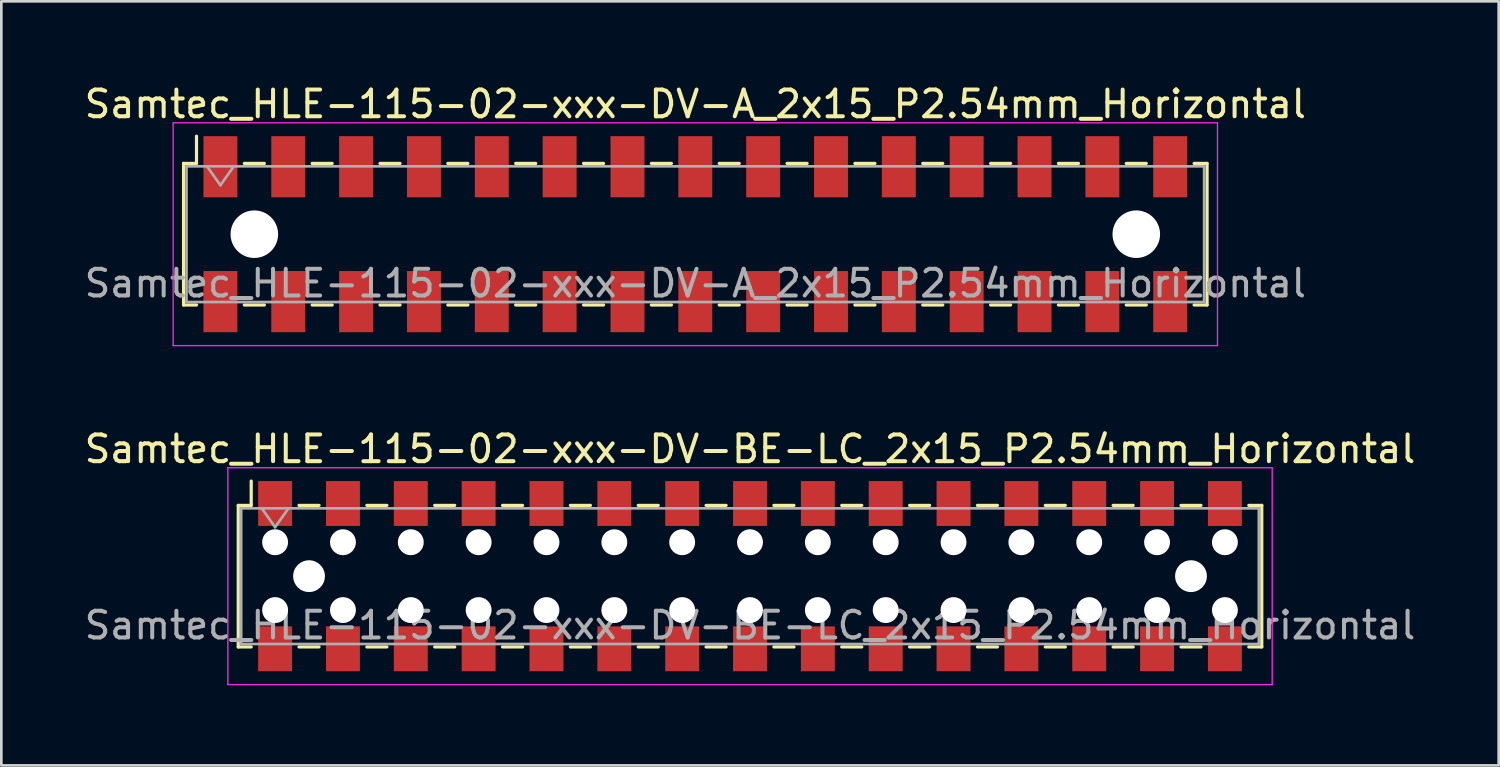
<source format=kicad_pcb>
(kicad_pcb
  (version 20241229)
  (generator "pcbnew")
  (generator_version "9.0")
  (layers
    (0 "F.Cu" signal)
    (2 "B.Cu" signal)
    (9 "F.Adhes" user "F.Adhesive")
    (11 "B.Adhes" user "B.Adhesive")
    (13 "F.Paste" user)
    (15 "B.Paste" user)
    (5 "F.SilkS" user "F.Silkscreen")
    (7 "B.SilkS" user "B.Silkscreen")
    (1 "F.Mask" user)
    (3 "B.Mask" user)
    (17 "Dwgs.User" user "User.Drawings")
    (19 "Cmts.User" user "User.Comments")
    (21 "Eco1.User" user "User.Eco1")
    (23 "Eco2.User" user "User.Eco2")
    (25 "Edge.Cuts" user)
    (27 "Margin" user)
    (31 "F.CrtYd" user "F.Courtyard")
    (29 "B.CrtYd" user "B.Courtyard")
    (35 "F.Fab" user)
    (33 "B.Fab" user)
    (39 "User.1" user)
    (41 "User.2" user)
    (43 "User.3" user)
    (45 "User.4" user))
  (footprint "Samtec_HLE-115-02-xxx-DV-BE-LC_2x15_P2.54mm_Horizontal"
    (layer "F.Cu")
    (at 25.03 18.521)
    (property "Reference" "Samtec_HLE-115-02-xxx-DV-BE-LC_2x15_P2.54mm_Horizontal" (at 0 -4.76 0) (layer "F.SilkS") (effects (font (size 1 1) (thickness 0.15))))
    (attr smd)
    (fp_line (start -19.16 -2.65) (end -19.16 2.65) (stroke (width 0.12) (type solid)) (layer "F.SilkS"))
    (fp_line (start -19.16 2.65) (end -18.675 2.65) (stroke (width 0.12) (type solid)) (layer "F.SilkS"))
    (fp_line (start -18.675 -3.56) (end -18.675 -2.65) (stroke (width 0.12) (type solid)) (layer "F.SilkS"))
    (fp_line (start -18.675 -2.65) (end -19.16 -2.65) (stroke (width 0.12) (type solid)) (layer "F.SilkS"))
    (fp_line (start -16.885 -2.65) (end -16.135 -2.65) (stroke (width 0.12) (type solid)) (layer "F.SilkS"))
    (fp_line (start -16.885 2.65) (end -16.135 2.65) (stroke (width 0.12) (type solid)) (layer "F.SilkS"))
    (fp_line (start -14.345 -2.65) (end -13.595 -2.65) (stroke (width 0.12) (type solid)) (layer "F.SilkS"))
    (fp_line (start -14.345 2.65) (end -13.595 2.65) (stroke (width 0.12) (type solid)) (layer "F.SilkS"))
    (fp_line (start -11.805 -2.65) (end -11.055 -2.65) (stroke (width 0.12) (type solid)) (layer "F.SilkS"))
    (fp_line (start -11.805 2.65) (end -11.055 2.65) (stroke (width 0.12) (type solid)) (layer "F.SilkS"))
    (fp_line (start -9.265 -2.65) (end -8.515 -2.65) (stroke (width 0.12) (type solid)) (layer "F.SilkS"))
    (fp_line (start -9.265 2.65) (end -8.515 2.65) (stroke (width 0.12) (type solid)) (layer "F.SilkS"))
    (fp_line (start -6.725 -2.65) (end -5.975 -2.65) (stroke (width 0.12) (type solid)) (layer "F.SilkS"))
    (fp_line (start -6.725 2.65) (end -5.975 2.65) (stroke (width 0.12) (type solid)) (layer "F.SilkS"))
    (fp_line (start -4.185 -2.65) (end -3.435 -2.65) (stroke (width 0.12) (type solid)) (layer "F.SilkS"))
    (fp_line (start -4.185 2.65) (end -3.435 2.65) (stroke (width 0.12) (type solid)) (layer "F.SilkS"))
    (fp_line (start -1.645 -2.65) (end -0.895 -2.65) (stroke (width 0.12) (type solid)) (layer "F.SilkS"))
    (fp_line (start -1.645 2.65) (end -0.895 2.65) (stroke (width 0.12) (type solid)) (layer "F.SilkS"))
    (fp_line (start 0.895 -2.65) (end 1.645 -2.65) (stroke (width 0.12) (type solid)) (layer "F.SilkS"))
    (fp_line (start 0.895 2.65) (end 1.645 2.65) (stroke (width 0.12) (type solid)) (layer "F.SilkS"))
    (fp_line (start 3.435 -2.65) (end 4.185 -2.65) (stroke (width 0.12) (type solid)) (layer "F.SilkS"))
    (fp_line (start 3.435 2.65) (end 4.185 2.65) (stroke (width 0.12) (type solid)) (layer "F.SilkS"))
    (fp_line (start 5.975 -2.65) (end 6.725 -2.65) (stroke (width 0.12) (type solid)) (layer "F.SilkS"))
    (fp_line (start 5.975 2.65) (end 6.725 2.65) (stroke (width 0.12) (type solid)) (layer "F.SilkS"))
    (fp_line (start 8.515 -2.65) (end 9.265 -2.65) (stroke (width 0.12) (type solid)) (layer "F.SilkS"))
    (fp_line (start 8.515 2.65) (end 9.265 2.65) (stroke (width 0.12) (type solid)) (layer "F.SilkS"))
    (fp_line (start 11.055 -2.65) (end 11.805 -2.65) (stroke (width 0.12) (type solid)) (layer "F.SilkS"))
    (fp_line (start 11.055 2.65) (end 11.805 2.65) (stroke (width 0.12) (type solid)) (layer "F.SilkS"))
    (fp_line (start 13.595 -2.65) (end 14.345 -2.65) (stroke (width 0.12) (type solid)) (layer "F.SilkS"))
    (fp_line (start 13.595 2.65) (end 14.345 2.65) (stroke (width 0.12) (type solid)) (layer "F.SilkS"))
    (fp_line (start 16.135 -2.65) (end 16.885 -2.65) (stroke (width 0.12) (type solid)) (layer "F.SilkS"))
    (fp_line (start 16.135 2.65) (end 16.885 2.65) (stroke (width 0.12) (type solid)) (layer "F.SilkS"))
    (fp_line (start 18.675 -2.65) (end 19.16 -2.65) (stroke (width 0.12) (type solid)) (layer "F.SilkS"))
    (fp_line (start 19.16 -2.65) (end 19.16 2.65) (stroke (width 0.12) (type solid)) (layer "F.SilkS"))
    (fp_line (start 19.16 2.65) (end 18.675 2.65) (stroke (width 0.12) (type solid)) (layer "F.SilkS"))
    (fp_line (start -19.55 -4.06) (end 19.55 -4.06) (stroke (width 0.05) (type solid)) (layer "F.CrtYd"))
    (fp_line (start -19.55 4.06) (end -19.55 -4.06) (stroke (width 0.05) (type solid)) (layer "F.CrtYd"))
    (fp_line (start 19.55 -4.06) (end 19.55 4.06) (stroke (width 0.05) (type solid)) (layer "F.CrtYd"))
    (fp_line (start 19.55 4.06) (end -19.55 4.06) (stroke (width 0.05) (type solid)) (layer "F.CrtYd"))
    (fp_line (start -19.05 -2.54) (end 19.05 -2.54) (stroke (width 0.1) (type solid)) (layer "F.Fab"))
    (fp_line (start -19.05 2.54) (end -19.05 -2.54) (stroke (width 0.1) (type solid)) (layer "F.Fab"))
    (fp_line (start -18.28 -2.54) (end -17.78 -1.833) (stroke (width 0.1) (type solid)) (layer "F.Fab"))
    (fp_line (start -17.78 -1.833) (end -17.28 -2.54) (stroke (width 0.1) (type solid)) (layer "F.Fab"))
    (fp_line (start 19.05 -2.54) (end 19.05 2.54) (stroke (width 0.1) (type solid)) (layer "F.Fab"))
    (fp_line (start 19.05 2.54) (end -19.05 2.54) (stroke (width 0.1) (type solid)) (layer "F.Fab"))
    (fp_text user "${REFERENCE}" (at 0 1.84 0) (layer "F.Fab") (effects (font (size 1 1) (thickness 0.15))))
    (pad "" np_thru_hole circle (at -17.78 -1.27) (size 0.97 0.97) (drill 0.97) (layers "*.Cu" "*.Mask"))
    (pad "" np_thru_hole circle (at -17.78 1.27) (size 0.97 0.97) (drill 0.97) (layers "*.Cu" "*.Mask"))
    (pad "" np_thru_hole circle (at -16.51 0) (size 1.19 1.19) (drill 1.19) (layers "*.Cu" "*.Mask"))
    (pad "" np_thru_hole circle (at -15.24 -1.27) (size 0.97 0.97) (drill 0.97) (layers "*.Cu" "*.Mask"))
    (pad "" np_thru_hole circle (at -15.24 1.27) (size 0.97 0.97) (drill 0.97) (layers "*.Cu" "*.Mask"))
    (pad "" np_thru_hole circle (at -12.7 -1.27) (size 0.97 0.97) (drill 0.97) (layers "*.Cu" "*.Mask"))
    (pad "" np_thru_hole circle (at -12.7 1.27) (size 0.97 0.97) (drill 0.97) (layers "*.Cu" "*.Mask"))
    (pad "" np_thru_hole circle (at -10.16 -1.27) (size 0.97 0.97) (drill 0.97) (layers "*.Cu" "*.Mask"))
    (pad "" np_thru_hole circle (at -10.16 1.27) (size 0.97 0.97) (drill 0.97) (layers "*.Cu" "*.Mask"))
    (pad "" np_thru_hole circle (at -7.62 -1.27) (size 0.97 0.97) (drill 0.97) (layers "*.Cu" "*.Mask"))
    (pad "" np_thru_hole circle (at -7.62 1.27) (size 0.97 0.97) (drill 0.97) (layers "*.Cu" "*.Mask"))
    (pad "" np_thru_hole circle (at -5.08 -1.27) (size 0.97 0.97) (drill 0.97) (layers "*.Cu" "*.Mask"))
    (pad "" np_thru_hole circle (at -5.08 1.27) (size 0.97 0.97) (drill 0.97) (layers "*.Cu" "*.Mask"))
    (pad "" np_thru_hole circle (at -2.54 -1.27) (size 0.97 0.97) (drill 0.97) (layers "*.Cu" "*.Mask"))
    (pad "" np_thru_hole circle (at -2.54 1.27) (size 0.97 0.97) (drill 0.97) (layers "*.Cu" "*.Mask"))
    (pad "" np_thru_hole circle (at 0 -1.27) (size 0.97 0.97) (drill 0.97) (layers "*.Cu" "*.Mask"))
    (pad "" np_thru_hole circle (at 0 1.27) (size 0.97 0.97) (drill 0.97) (layers "*.Cu" "*.Mask"))
    (pad "" np_thru_hole circle (at 2.54 -1.27) (size 0.97 0.97) (drill 0.97) (layers "*.Cu" "*.Mask"))
    (pad "" np_thru_hole circle (at 2.54 1.27) (size 0.97 0.97) (drill 0.97) (layers "*.Cu" "*.Mask"))
    (pad "" np_thru_hole circle (at 5.08 -1.27) (size 0.97 0.97) (drill 0.97) (layers "*.Cu" "*.Mask"))
    (pad "" np_thru_hole circle (at 5.08 1.27) (size 0.97 0.97) (drill 0.97) (layers "*.Cu" "*.Mask"))
    (pad "" np_thru_hole circle (at 7.62 -1.27) (size 0.97 0.97) (drill 0.97) (layers "*.Cu" "*.Mask"))
    (pad "" np_thru_hole circle (at 7.62 1.27) (size 0.97 0.97) (drill 0.97) (layers "*.Cu" "*.Mask"))
    (pad "" np_thru_hole circle (at 10.16 -1.27) (size 0.97 0.97) (drill 0.97) (layers "*.Cu" "*.Mask"))
    (pad "" np_thru_hole circle (at 10.16 1.27) (size 0.97 0.97) (drill 0.97) (layers "*.Cu" "*.Mask"))
    (pad "" np_thru_hole circle (at 12.7 -1.27) (size 0.97 0.97) (drill 0.97) (layers "*.Cu" "*.Mask"))
    (pad "" np_thru_hole circle (at 12.7 1.27) (size 0.97 0.97) (drill 0.97) (layers "*.Cu" "*.Mask"))
    (pad "" np_thru_hole circle (at 15.24 -1.27) (size 0.97 0.97) (drill 0.97) (layers "*.Cu" "*.Mask"))
    (pad "" np_thru_hole circle (at 15.24 1.27) (size 0.97 0.97) (drill 0.97) (layers "*.Cu" "*.Mask"))
    (pad "" np_thru_hole circle (at 16.51 0) (size 1.19 1.19) (drill 1.19) (layers "*.Cu" "*.Mask"))
    (pad "" np_thru_hole circle (at 17.78 -1.27) (size 0.97 0.97) (drill 0.97) (layers "*.Cu" "*.Mask"))
    (pad "" np_thru_hole circle (at 17.78 1.27) (size 0.97 0.97) (drill 0.97) (layers "*.Cu" "*.Mask"))
    (pad "1" smd rect (at -17.78 -2.72) (size 1.27 1.68) (layers "F.Cu" "F.Mask" "F.Paste"))
    (pad "2" smd rect (at -17.78 2.72) (size 1.27 1.68) (layers "F.Cu" "F.Mask" "F.Paste"))
    (pad "3" smd rect (at -15.24 -2.72) (size 1.27 1.68) (layers "F.Cu" "F.Mask" "F.Paste"))
    (pad "4" smd rect (at -15.24 2.72) (size 1.27 1.68) (layers "F.Cu" "F.Mask" "F.Paste"))
    (pad "5" smd rect (at -12.7 -2.72) (size 1.27 1.68) (layers "F.Cu" "F.Mask" "F.Paste"))
    (pad "6" smd rect (at -12.7 2.72) (size 1.27 1.68) (layers "F.Cu" "F.Mask" "F.Paste"))
    (pad "7" smd rect (at -10.16 -2.72) (size 1.27 1.68) (layers "F.Cu" "F.Mask" "F.Paste"))
    (pad "8" smd rect (at -10.16 2.72) (size 1.27 1.68) (layers "F.Cu" "F.Mask" "F.Paste"))
    (pad "9" smd rect (at -7.62 -2.72) (size 1.27 1.68) (layers "F.Cu" "F.Mask" "F.Paste"))
    (pad "10" smd rect (at -7.62 2.72) (size 1.27 1.68) (layers "F.Cu" "F.Mask" "F.Paste"))
    (pad "11" smd rect (at -5.08 -2.72) (size 1.27 1.68) (layers "F.Cu" "F.Mask" "F.Paste"))
    (pad "12" smd rect (at -5.08 2.72) (size 1.27 1.68) (layers "F.Cu" "F.Mask" "F.Paste"))
    (pad "13" smd rect (at -2.54 -2.72) (size 1.27 1.68) (layers "F.Cu" "F.Mask" "F.Paste"))
    (pad "14" smd rect (at -2.54 2.72) (size 1.27 1.68) (layers "F.Cu" "F.Mask" "F.Paste"))
    (pad "15" smd rect (at 0 -2.72) (size 1.27 1.68) (layers "F.Cu" "F.Mask" "F.Paste"))
    (pad "16" smd rect (at 0 2.72) (size 1.27 1.68) (layers "F.Cu" "F.Mask" "F.Paste"))
    (pad "17" smd rect (at 2.54 -2.72) (size 1.27 1.68) (layers "F.Cu" "F.Mask" "F.Paste"))
    (pad "18" smd rect (at 2.54 2.72) (size 1.27 1.68) (layers "F.Cu" "F.Mask" "F.Paste"))
    (pad "19" smd rect (at 5.08 -2.72) (size 1.27 1.68) (layers "F.Cu" "F.Mask" "F.Paste"))
    (pad "20" smd rect (at 5.08 2.72) (size 1.27 1.68) (layers "F.Cu" "F.Mask" "F.Paste"))
    (pad "21" smd rect (at 7.62 -2.72) (size 1.27 1.68) (layers "F.Cu" "F.Mask" "F.Paste"))
    (pad "22" smd rect (at 7.62 2.72) (size 1.27 1.68) (layers "F.Cu" "F.Mask" "F.Paste"))
    (pad "23" smd rect (at 10.16 -2.72) (size 1.27 1.68) (layers "F.Cu" "F.Mask" "F.Paste"))
    (pad "24" smd rect (at 10.16 2.72) (size 1.27 1.68) (layers "F.Cu" "F.Mask" "F.Paste"))
    (pad "25" smd rect (at 12.7 -2.72) (size 1.27 1.68) (layers "F.Cu" "F.Mask" "F.Paste"))
    (pad "26" smd rect (at 12.7 2.72) (size 1.27 1.68) (layers "F.Cu" "F.Mask" "F.Paste"))
    (pad "27" smd rect (at 15.24 -2.72) (size 1.27 1.68) (layers "F.Cu" "F.Mask" "F.Paste"))
    (pad "28" smd rect (at 15.24 2.72) (size 1.27 1.68) (layers "F.Cu" "F.Mask" "F.Paste"))
    (pad "29" smd rect (at 17.78 -2.72) (size 1.27 1.68) (layers "F.Cu" "F.Mask" "F.Paste"))
    (pad "30" smd rect (at 17.78 2.72) (size 1.27 1.68) (layers "F.Cu" "F.Mask" "F.Paste")))
  (footprint "Samtec_HLE-115-02-xxx-DV-A_2x15_P2.54mm_Horizontal"
    (layer "F.Cu")
    (at 22.982 5.718)
    (property "Reference" "Samtec_HLE-115-02-xxx-DV-A_2x15_P2.54mm_Horizontal" (at 0 -4.87 0) (layer "F.SilkS") (effects (font (size 1 1) (thickness 0.15))))
    (attr smd)
    (fp_line (start -19.16 -2.65) (end -19.16 2.65) (stroke (width 0.12) (type solid)) (layer "F.SilkS"))
    (fp_line (start -19.16 2.65) (end -18.675 2.65) (stroke (width 0.12) (type solid)) (layer "F.SilkS"))
    (fp_line (start -18.675 -3.67) (end -18.675 -2.65) (stroke (width 0.12) (type solid)) (layer "F.SilkS"))
    (fp_line (start -18.675 -2.65) (end -19.16 -2.65) (stroke (width 0.12) (type solid)) (layer "F.SilkS"))
    (fp_line (start -16.885 -2.65) (end -16.135 -2.65) (stroke (width 0.12) (type solid)) (layer "F.SilkS"))
    (fp_line (start -16.885 2.65) (end -16.135 2.65) (stroke (width 0.12) (type solid)) (layer "F.SilkS"))
    (fp_line (start -14.345 -2.65) (end -13.595 -2.65) (stroke (width 0.12) (type solid)) (layer "F.SilkS"))
    (fp_line (start -14.345 2.65) (end -13.595 2.65) (stroke (width 0.12) (type solid)) (layer "F.SilkS"))
    (fp_line (start -11.805 -2.65) (end -11.055 -2.65) (stroke (width 0.12) (type solid)) (layer "F.SilkS"))
    (fp_line (start -11.805 2.65) (end -11.055 2.65) (stroke (width 0.12) (type solid)) (layer "F.SilkS"))
    (fp_line (start -9.265 -2.65) (end -8.515 -2.65) (stroke (width 0.12) (type solid)) (layer "F.SilkS"))
    (fp_line (start -9.265 2.65) (end -8.515 2.65) (stroke (width 0.12) (type solid)) (layer "F.SilkS"))
    (fp_line (start -6.725 -2.65) (end -5.975 -2.65) (stroke (width 0.12) (type solid)) (layer "F.SilkS"))
    (fp_line (start -6.725 2.65) (end -5.975 2.65) (stroke (width 0.12) (type solid)) (layer "F.SilkS"))
    (fp_line (start -4.185 -2.65) (end -3.435 -2.65) (stroke (width 0.12) (type solid)) (layer "F.SilkS"))
    (fp_line (start -4.185 2.65) (end -3.435 2.65) (stroke (width 0.12) (type solid)) (layer "F.SilkS"))
    (fp_line (start -1.645 -2.65) (end -0.895 -2.65) (stroke (width 0.12) (type solid)) (layer "F.SilkS"))
    (fp_line (start -1.645 2.65) (end -0.895 2.65) (stroke (width 0.12) (type solid)) (layer "F.SilkS"))
    (fp_line (start 0.895 -2.65) (end 1.645 -2.65) (stroke (width 0.12) (type solid)) (layer "F.SilkS"))
    (fp_line (start 0.895 2.65) (end 1.645 2.65) (stroke (width 0.12) (type solid)) (layer "F.SilkS"))
    (fp_line (start 3.435 -2.65) (end 4.185 -2.65) (stroke (width 0.12) (type solid)) (layer "F.SilkS"))
    (fp_line (start 3.435 2.65) (end 4.185 2.65) (stroke (width 0.12) (type solid)) (layer "F.SilkS"))
    (fp_line (start 5.975 -2.65) (end 6.725 -2.65) (stroke (width 0.12) (type solid)) (layer "F.SilkS"))
    (fp_line (start 5.975 2.65) (end 6.725 2.65) (stroke (width 0.12) (type solid)) (layer "F.SilkS"))
    (fp_line (start 8.515 -2.65) (end 9.265 -2.65) (stroke (width 0.12) (type solid)) (layer "F.SilkS"))
    (fp_line (start 8.515 2.65) (end 9.265 2.65) (stroke (width 0.12) (type solid)) (layer "F.SilkS"))
    (fp_line (start 11.055 -2.65) (end 11.805 -2.65) (stroke (width 0.12) (type solid)) (layer "F.SilkS"))
    (fp_line (start 11.055 2.65) (end 11.805 2.65) (stroke (width 0.12) (type solid)) (layer "F.SilkS"))
    (fp_line (start 13.595 -2.65) (end 14.345 -2.65) (stroke (width 0.12) (type solid)) (layer "F.SilkS"))
    (fp_line (start 13.595 2.65) (end 14.345 2.65) (stroke (width 0.12) (type solid)) (layer "F.SilkS"))
    (fp_line (start 16.135 -2.65) (end 16.885 -2.65) (stroke (width 0.12) (type solid)) (layer "F.SilkS"))
    (fp_line (start 16.135 2.65) (end 16.885 2.65) (stroke (width 0.12) (type solid)) (layer "F.SilkS"))
    (fp_line (start 18.675 -2.65) (end 19.16 -2.65) (stroke (width 0.12) (type solid)) (layer "F.SilkS"))
    (fp_line (start 19.16 -2.65) (end 19.16 2.65) (stroke (width 0.12) (type solid)) (layer "F.SilkS"))
    (fp_line (start 19.16 2.65) (end 18.675 2.65) (stroke (width 0.12) (type solid)) (layer "F.SilkS"))
    (fp_line (start -19.55 -4.17) (end 19.55 -4.17) (stroke (width 0.05) (type solid)) (layer "F.CrtYd"))
    (fp_line (start -19.55 4.17) (end -19.55 -4.17) (stroke (width 0.05) (type solid)) (layer "F.CrtYd"))
    (fp_line (start 19.55 -4.17) (end 19.55 4.17) (stroke (width 0.05) (type solid)) (layer "F.CrtYd"))
    (fp_line (start 19.55 4.17) (end -19.55 4.17) (stroke (width 0.05) (type solid)) (layer "F.CrtYd"))
    (fp_line (start -19.05 -2.54) (end 19.05 -2.54) (stroke (width 0.1) (type solid)) (layer "F.Fab"))
    (fp_line (start -19.05 2.54) (end -19.05 -2.54) (stroke (width 0.1) (type solid)) (layer "F.Fab"))
    (fp_line (start -18.28 -2.54) (end -17.78 -1.833) (stroke (width 0.1) (type solid)) (layer "F.Fab"))
    (fp_line (start -17.78 -1.833) (end -17.28 -2.54) (stroke (width 0.1) (type solid)) (layer "F.Fab"))
    (fp_line (start 19.05 -2.54) (end 19.05 2.54) (stroke (width 0.1) (type solid)) (layer "F.Fab"))
    (fp_line (start 19.05 2.54) (end -19.05 2.54) (stroke (width 0.1) (type solid)) (layer "F.Fab"))
    (fp_text user "${REFERENCE}" (at 0 1.84 0) (layer "F.Fab") (effects (font (size 1 1) (thickness 0.15))))
    (pad "" np_thru_hole circle (at -16.51 0) (size 1.78 1.78) (drill 1.78) (layers "*.Cu" "*.Mask"))
    (pad "" np_thru_hole circle (at 16.51 0) (size 1.78 1.78) (drill 1.78) (layers "*.Cu" "*.Mask"))
    (pad "1" smd rect (at -17.78 -2.525) (size 1.27 2.29) (layers "F.Cu" "F.Mask" "F.Paste"))
    (pad "2" smd rect (at -17.78 2.525) (size 1.27 2.29) (layers "F.Cu" "F.Mask" "F.Paste"))
    (pad "3" smd rect (at -15.24 -2.525) (size 1.27 2.29) (layers "F.Cu" "F.Mask" "F.Paste"))
    (pad "4" smd rect (at -15.24 2.525) (size 1.27 2.29) (layers "F.Cu" "F.Mask" "F.Paste"))
    (pad "5" smd rect (at -12.7 -2.525) (size 1.27 2.29) (layers "F.Cu" "F.Mask" "F.Paste"))
    (pad "6" smd rect (at -12.7 2.525) (size 1.27 2.29) (layers "F.Cu" "F.Mask" "F.Paste"))
    (pad "7" smd rect (at -10.16 -2.525) (size 1.27 2.29) (layers "F.Cu" "F.Mask" "F.Paste"))
    (pad "8" smd rect (at -10.16 2.525) (size 1.27 2.29) (layers "F.Cu" "F.Mask" "F.Paste"))
    (pad "9" smd rect (at -7.62 -2.525) (size 1.27 2.29) (layers "F.Cu" "F.Mask" "F.Paste"))
    (pad "10" smd rect (at -7.62 2.525) (size 1.27 2.29) (layers "F.Cu" "F.Mask" "F.Paste"))
    (pad "11" smd rect (at -5.08 -2.525) (size 1.27 2.29) (layers "F.Cu" "F.Mask" "F.Paste"))
    (pad "12" smd rect (at -5.08 2.525) (size 1.27 2.29) (layers "F.Cu" "F.Mask" "F.Paste"))
    (pad "13" smd rect (at -2.54 -2.525) (size 1.27 2.29) (layers "F.Cu" "F.Mask" "F.Paste"))
    (pad "14" smd rect (at -2.54 2.525) (size 1.27 2.29) (layers "F.Cu" "F.Mask" "F.Paste"))
    (pad "15" smd rect (at 0 -2.525) (size 1.27 2.29) (layers "F.Cu" "F.Mask" "F.Paste"))
    (pad "16" smd rect (at 0 2.525) (size 1.27 2.29) (layers "F.Cu" "F.Mask" "F.Paste"))
    (pad "17" smd rect (at 2.54 -2.525) (size 1.27 2.29) (layers "F.Cu" "F.Mask" "F.Paste"))
    (pad "18" smd rect (at 2.54 2.525) (size 1.27 2.29) (layers "F.Cu" "F.Mask" "F.Paste"))
    (pad "19" smd rect (at 5.08 -2.525) (size 1.27 2.29) (layers "F.Cu" "F.Mask" "F.Paste"))
    (pad "20" smd rect (at 5.08 2.525) (size 1.27 2.29) (layers "F.Cu" "F.Mask" "F.Paste"))
    (pad "21" smd rect (at 7.62 -2.525) (size 1.27 2.29) (layers "F.Cu" "F.Mask" "F.Paste"))
    (pad "22" smd rect (at 7.62 2.525) (size 1.27 2.29) (layers "F.Cu" "F.Mask" "F.Paste"))
    (pad "23" smd rect (at 10.16 -2.525) (size 1.27 2.29) (layers "F.Cu" "F.Mask" "F.Paste"))
    (pad "24" smd rect (at 10.16 2.525) (size 1.27 2.29) (layers "F.Cu" "F.Mask" "F.Paste"))
    (pad "25" smd rect (at 12.7 -2.525) (size 1.27 2.29) (layers "F.Cu" "F.Mask" "F.Paste"))
    (pad "26" smd rect (at 12.7 2.525) (size 1.27 2.29) (layers "F.Cu" "F.Mask" "F.Paste"))
    (pad "27" smd rect (at 15.24 -2.525) (size 1.27 2.29) (layers "F.Cu" "F.Mask" "F.Paste"))
    (pad "28" smd rect (at 15.24 2.525) (size 1.27 2.29) (layers "F.Cu" "F.Mask" "F.Paste"))
    (pad "29" smd rect (at 17.78 -2.525) (size 1.27 2.29) (layers "F.Cu" "F.Mask" "F.Paste"))
    (pad "30" smd rect (at 17.78 2.525) (size 1.27 2.29) (layers "F.Cu" "F.Mask" "F.Paste")))
  (gr_rect
    (start -3 -3)
    (end 53.06 25.607)
    (stroke (width 0.1) (type default))
    (fill no)
    (layer "Edge.Cuts")))
</source>
